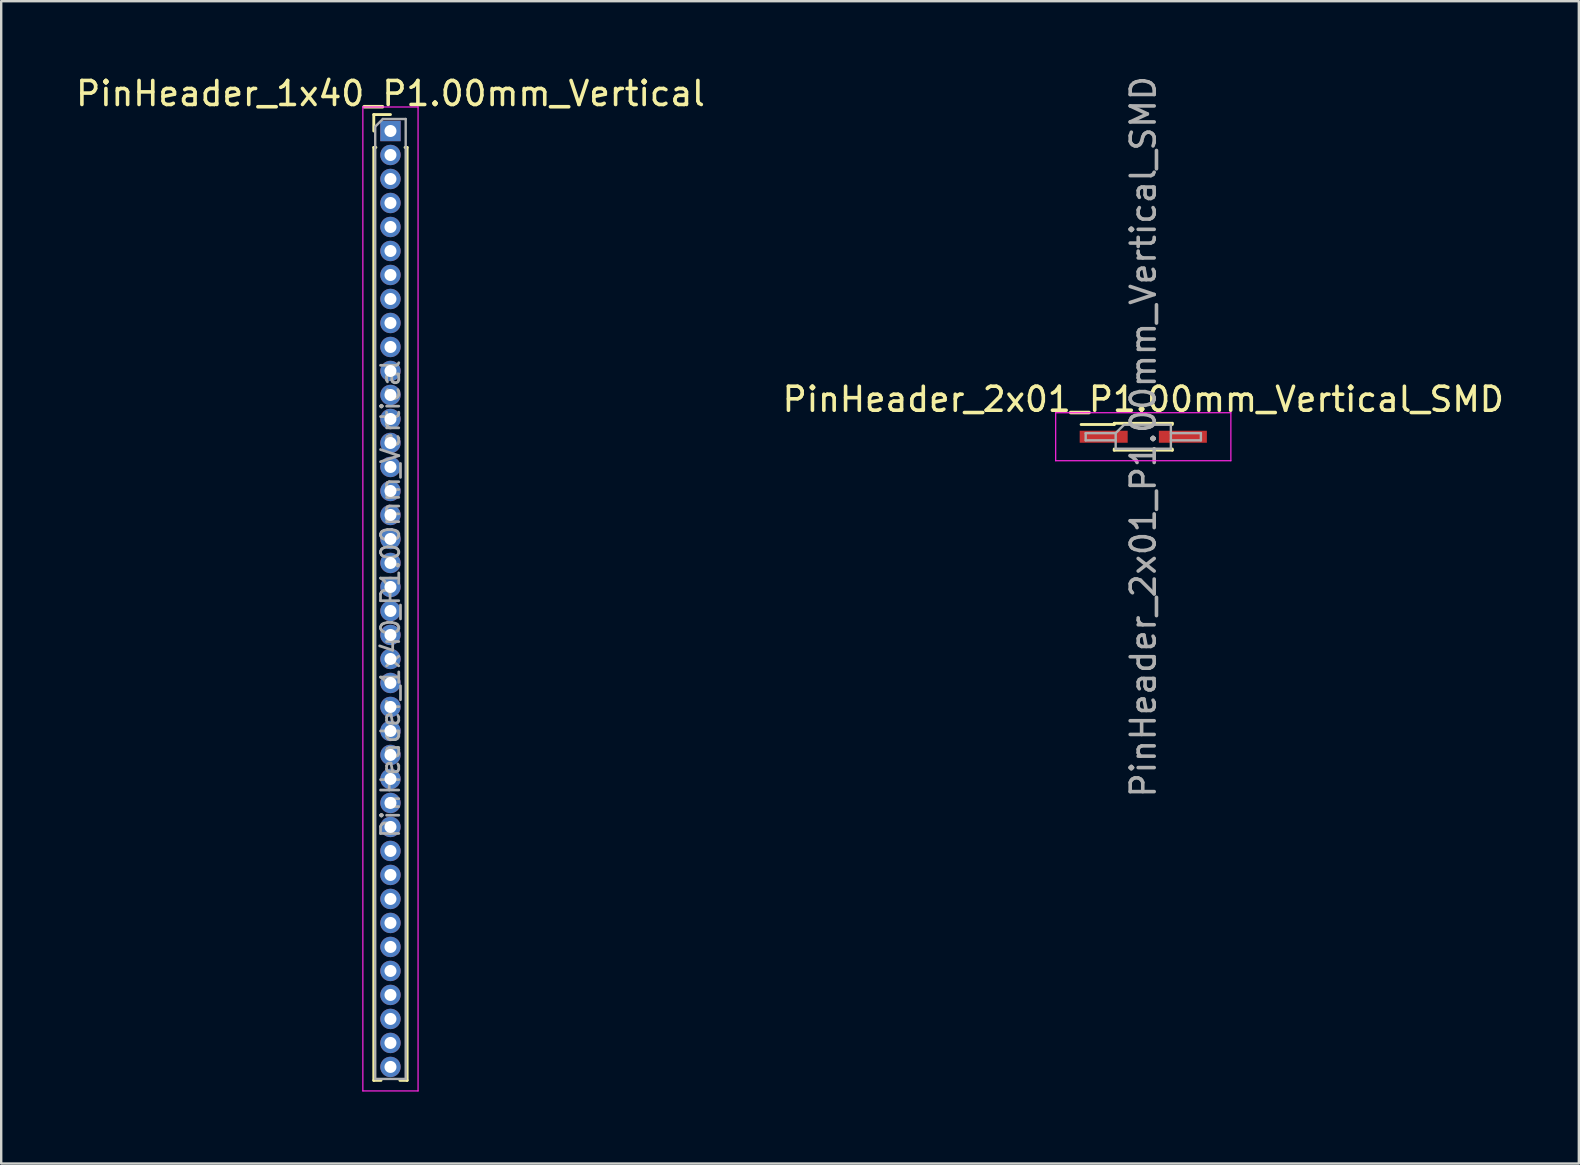
<source format=kicad_pcb>
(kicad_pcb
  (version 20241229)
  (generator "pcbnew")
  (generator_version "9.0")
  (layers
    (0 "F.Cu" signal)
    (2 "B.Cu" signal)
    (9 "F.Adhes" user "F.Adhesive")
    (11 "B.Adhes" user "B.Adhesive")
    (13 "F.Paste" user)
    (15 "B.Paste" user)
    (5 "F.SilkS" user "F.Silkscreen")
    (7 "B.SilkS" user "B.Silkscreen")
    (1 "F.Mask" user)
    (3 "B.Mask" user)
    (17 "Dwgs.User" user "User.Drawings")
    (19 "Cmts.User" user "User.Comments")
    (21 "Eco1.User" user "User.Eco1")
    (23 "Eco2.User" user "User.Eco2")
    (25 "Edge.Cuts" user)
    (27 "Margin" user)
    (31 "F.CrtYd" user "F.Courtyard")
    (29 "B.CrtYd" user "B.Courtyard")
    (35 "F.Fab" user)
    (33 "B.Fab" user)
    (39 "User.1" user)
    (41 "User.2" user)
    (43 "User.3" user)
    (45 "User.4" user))
  (footprint "PinHeader_1x40_P1.00mm_Vertical"
    (layer "F.Cu")
    (at 13.22 2.408)
    (property "Reference" "PinHeader_1x40_P1.00mm_Vertical" (at 0 -1.56 0) (layer "F.SilkS") (effects (font (size 1 1) (thickness 0.15))))
    (attr through_hole)
    (fp_line (start -0.695 -0.685) (end 0 -0.685) (stroke (width 0.12) (type solid)) (layer "F.SilkS"))
    (fp_line (start -0.695 0) (end -0.695 -0.685) (stroke (width 0.12) (type solid)) (layer "F.SilkS"))
    (fp_line (start -0.695 0.685) (end -0.695 39.56) (stroke (width 0.12) (type solid)) (layer "F.SilkS"))
    (fp_line (start -0.695 0.685) (end -0.608 0.685) (stroke (width 0.12) (type solid)) (layer "F.SilkS"))
    (fp_line (start -0.695 39.56) (end -0.394 39.56) (stroke (width 0.12) (type solid)) (layer "F.SilkS"))
    (fp_line (start 0.394 39.56) (end 0.695 39.56) (stroke (width 0.12) (type solid)) (layer "F.SilkS"))
    (fp_line (start 0.608 0.685) (end 0.695 0.685) (stroke (width 0.12) (type solid)) (layer "F.SilkS"))
    (fp_line (start 0.695 0.685) (end 0.695 39.56) (stroke (width 0.12) (type solid)) (layer "F.SilkS"))
    (fp_line (start -1.15 -1) (end -1.15 40) (stroke (width 0.05) (type solid)) (layer "F.CrtYd"))
    (fp_line (start -1.15 40) (end 1.15 40) (stroke (width 0.05) (type solid)) (layer "F.CrtYd"))
    (fp_line (start 1.15 -1) (end -1.15 -1) (stroke (width 0.05) (type solid)) (layer "F.CrtYd"))
    (fp_line (start 1.15 40) (end 1.15 -1) (stroke (width 0.05) (type solid)) (layer "F.CrtYd"))
    (fp_line (start -0.635 -0.182) (end -0.318 -0.5) (stroke (width 0.1) (type solid)) (layer "F.Fab"))
    (fp_line (start -0.635 39.5) (end -0.635 -0.182) (stroke (width 0.1) (type solid)) (layer "F.Fab"))
    (fp_line (start -0.318 -0.5) (end 0.635 -0.5) (stroke (width 0.1) (type solid)) (layer "F.Fab"))
    (fp_line (start 0.635 -0.5) (end 0.635 39.5) (stroke (width 0.1) (type solid)) (layer "F.Fab"))
    (fp_line (start 0.635 39.5) (end -0.635 39.5) (stroke (width 0.1) (type solid)) (layer "F.Fab"))
    (fp_text user "${REFERENCE}" (at 0 19.5 90) (layer "F.Fab") (effects (font (size 0.76 0.76) (thickness 0.114))))
    (pad "1" thru_hole rect (at 0 0) (size 0.85 0.85) (drill 0.5) (layers "*.Cu" "*.Mask"))
    (pad "2" thru_hole oval (at 0 1) (size 0.85 0.85) (drill 0.5) (layers "*.Cu" "*.Mask"))
    (pad "3" thru_hole oval (at 0 2) (size 0.85 0.85) (drill 0.5) (layers "*.Cu" "*.Mask"))
    (pad "4" thru_hole oval (at 0 3) (size 0.85 0.85) (drill 0.5) (layers "*.Cu" "*.Mask"))
    (pad "5" thru_hole oval (at 0 4) (size 0.85 0.85) (drill 0.5) (layers "*.Cu" "*.Mask"))
    (pad "6" thru_hole oval (at 0 5) (size 0.85 0.85) (drill 0.5) (layers "*.Cu" "*.Mask"))
    (pad "7" thru_hole oval (at 0 6) (size 0.85 0.85) (drill 0.5) (layers "*.Cu" "*.Mask"))
    (pad "8" thru_hole oval (at 0 7) (size 0.85 0.85) (drill 0.5) (layers "*.Cu" "*.Mask"))
    (pad "9" thru_hole oval (at 0 8) (size 0.85 0.85) (drill 0.5) (layers "*.Cu" "*.Mask"))
    (pad "10" thru_hole oval (at 0 9) (size 0.85 0.85) (drill 0.5) (layers "*.Cu" "*.Mask"))
    (pad "11" thru_hole oval (at 0 10) (size 0.85 0.85) (drill 0.5) (layers "*.Cu" "*.Mask"))
    (pad "12" thru_hole oval (at 0 11) (size 0.85 0.85) (drill 0.5) (layers "*.Cu" "*.Mask"))
    (pad "13" thru_hole oval (at 0 12) (size 0.85 0.85) (drill 0.5) (layers "*.Cu" "*.Mask"))
    (pad "14" thru_hole oval (at 0 13) (size 0.85 0.85) (drill 0.5) (layers "*.Cu" "*.Mask"))
    (pad "15" thru_hole oval (at 0 14) (size 0.85 0.85) (drill 0.5) (layers "*.Cu" "*.Mask"))
    (pad "16" thru_hole oval (at 0 15) (size 0.85 0.85) (drill 0.5) (layers "*.Cu" "*.Mask"))
    (pad "17" thru_hole oval (at 0 16) (size 0.85 0.85) (drill 0.5) (layers "*.Cu" "*.Mask"))
    (pad "18" thru_hole oval (at 0 17) (size 0.85 0.85) (drill 0.5) (layers "*.Cu" "*.Mask"))
    (pad "19" thru_hole oval (at 0 18) (size 0.85 0.85) (drill 0.5) (layers "*.Cu" "*.Mask"))
    (pad "20" thru_hole oval (at 0 19) (size 0.85 0.85) (drill 0.5) (layers "*.Cu" "*.Mask"))
    (pad "21" thru_hole oval (at 0 20) (size 0.85 0.85) (drill 0.5) (layers "*.Cu" "*.Mask"))
    (pad "22" thru_hole oval (at 0 21) (size 0.85 0.85) (drill 0.5) (layers "*.Cu" "*.Mask"))
    (pad "23" thru_hole oval (at 0 22) (size 0.85 0.85) (drill 0.5) (layers "*.Cu" "*.Mask"))
    (pad "24" thru_hole oval (at 0 23) (size 0.85 0.85) (drill 0.5) (layers "*.Cu" "*.Mask"))
    (pad "25" thru_hole oval (at 0 24) (size 0.85 0.85) (drill 0.5) (layers "*.Cu" "*.Mask"))
    (pad "26" thru_hole oval (at 0 25) (size 0.85 0.85) (drill 0.5) (layers "*.Cu" "*.Mask"))
    (pad "27" thru_hole oval (at 0 26) (size 0.85 0.85) (drill 0.5) (layers "*.Cu" "*.Mask"))
    (pad "28" thru_hole oval (at 0 27) (size 0.85 0.85) (drill 0.5) (layers "*.Cu" "*.Mask"))
    (pad "29" thru_hole oval (at 0 28) (size 0.85 0.85) (drill 0.5) (layers "*.Cu" "*.Mask"))
    (pad "30" thru_hole oval (at 0 29) (size 0.85 0.85) (drill 0.5) (layers "*.Cu" "*.Mask"))
    (pad "31" thru_hole oval (at 0 30) (size 0.85 0.85) (drill 0.5) (layers "*.Cu" "*.Mask"))
    (pad "32" thru_hole oval (at 0 31) (size 0.85 0.85) (drill 0.5) (layers "*.Cu" "*.Mask"))
    (pad "33" thru_hole oval (at 0 32) (size 0.85 0.85) (drill 0.5) (layers "*.Cu" "*.Mask"))
    (pad "34" thru_hole oval (at 0 33) (size 0.85 0.85) (drill 0.5) (layers "*.Cu" "*.Mask"))
    (pad "35" thru_hole oval (at 0 34) (size 0.85 0.85) (drill 0.5) (layers "*.Cu" "*.Mask"))
    (pad "36" thru_hole oval (at 0 35) (size 0.85 0.85) (drill 0.5) (layers "*.Cu" "*.Mask"))
    (pad "37" thru_hole oval (at 0 36) (size 0.85 0.85) (drill 0.5) (layers "*.Cu" "*.Mask"))
    (pad "38" thru_hole oval (at 0 37) (size 0.85 0.85) (drill 0.5) (layers "*.Cu" "*.Mask"))
    (pad "39" thru_hole oval (at 0 38) (size 0.85 0.85) (drill 0.5) (layers "*.Cu" "*.Mask"))
    (pad "40" thru_hole oval (at 0 39) (size 0.85 0.85) (drill 0.5) (layers "*.Cu" "*.Mask")))
  (footprint "PinHeader_2x01_P1.00mm_Vertical_SMD"
    (layer "F.Cu")
    (at 44.589 15.149)
    (property "Reference" "PinHeader_2x01_P1.00mm_Vertical_SMD" (at 0 -1.56 0) (layer "F.SilkS") (effects (font (size 1 1) (thickness 0.15))))
    (attr smd)
    (fp_line (start -2.59 -0.51) (end -1.21 -0.51) (stroke (width 0.12) (type solid)) (layer "F.SilkS"))
    (fp_line (start -1.21 -0.56) (end -1.21 -0.51) (stroke (width 0.12) (type solid)) (layer "F.SilkS"))
    (fp_line (start -1.21 -0.56) (end 1.21 -0.56) (stroke (width 0.12) (type solid)) (layer "F.SilkS"))
    (fp_line (start -1.21 0.51) (end -1.21 0.56) (stroke (width 0.12) (type solid)) (layer "F.SilkS"))
    (fp_line (start -1.21 0.56) (end 1.21 0.56) (stroke (width 0.12) (type solid)) (layer "F.SilkS"))
    (fp_line (start 1.21 -0.56) (end 1.21 -0.51) (stroke (width 0.12) (type solid)) (layer "F.SilkS"))
    (fp_line (start 1.21 0.51) (end 1.21 0.56) (stroke (width 0.12) (type solid)) (layer "F.SilkS"))
    (fp_line (start -3.65 -1) (end -3.65 1) (stroke (width 0.05) (type solid)) (layer "F.CrtYd"))
    (fp_line (start -3.65 1) (end 3.65 1) (stroke (width 0.05) (type solid)) (layer "F.CrtYd"))
    (fp_line (start 3.65 -1) (end -3.65 -1) (stroke (width 0.05) (type solid)) (layer "F.CrtYd"))
    (fp_line (start 3.65 1) (end 3.65 -1) (stroke (width 0.05) (type solid)) (layer "F.CrtYd"))
    (fp_line (start -2.4 -0.15) (end -2.4 0.15) (stroke (width 0.1) (type solid)) (layer "F.Fab"))
    (fp_line (start -2.4 0.15) (end -1.15 0.15) (stroke (width 0.1) (type solid)) (layer "F.Fab"))
    (fp_line (start -1.15 -0.15) (end -2.4 -0.15) (stroke (width 0.1) (type solid)) (layer "F.Fab"))
    (fp_line (start -1.15 -0.15) (end -0.8 -0.5) (stroke (width 0.1) (type solid)) (layer "F.Fab"))
    (fp_line (start -1.15 0.5) (end -1.15 -0.15) (stroke (width 0.1) (type solid)) (layer "F.Fab"))
    (fp_line (start -0.8 -0.5) (end 1.15 -0.5) (stroke (width 0.1) (type solid)) (layer "F.Fab"))
    (fp_line (start 1.15 -0.5) (end 1.15 0.5) (stroke (width 0.1) (type solid)) (layer "F.Fab"))
    (fp_line (start 1.15 -0.15) (end 2.4 -0.15) (stroke (width 0.1) (type solid)) (layer "F.Fab"))
    (fp_line (start 1.15 0.5) (end -1.15 0.5) (stroke (width 0.1) (type solid)) (layer "F.Fab"))
    (fp_line (start 2.4 -0.15) (end 2.4 0.15) (stroke (width 0.1) (type solid)) (layer "F.Fab"))
    (fp_line (start 2.4 0.15) (end 1.15 0.15) (stroke (width 0.1) (type solid)) (layer "F.Fab"))
    (fp_text user "${REFERENCE}" (at 0 0 90) (layer "F.Fab") (effects (font (size 1 1) (thickness 0.15))))
    (pad "1" smd rect (at -1.65 0) (size 2 0.5) (layers "F.Cu" "F.Mask" "F.Paste"))
    (pad "2" smd rect (at 1.65 0) (size 2 0.5) (layers "F.Cu" "F.Mask" "F.Paste")))
  (gr_rect
    (start -3 -3)
    (end 62.738 45.433)
    (stroke (width 0.1) (type default))
    (fill no)
    (layer "Edge.Cuts")))
</source>
